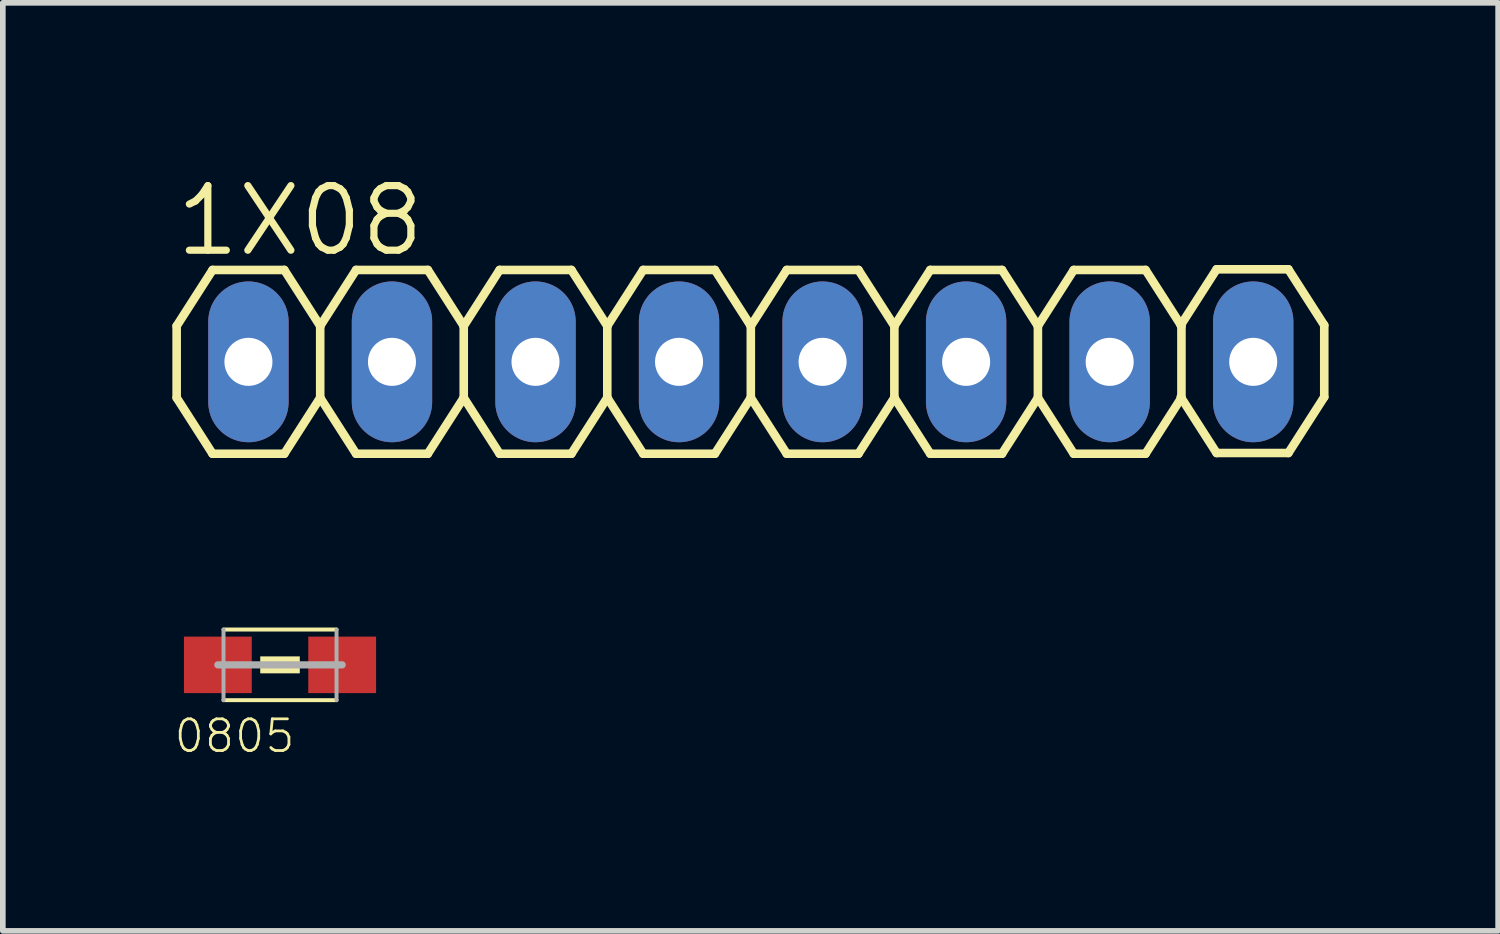
<source format=kicad_pcb>
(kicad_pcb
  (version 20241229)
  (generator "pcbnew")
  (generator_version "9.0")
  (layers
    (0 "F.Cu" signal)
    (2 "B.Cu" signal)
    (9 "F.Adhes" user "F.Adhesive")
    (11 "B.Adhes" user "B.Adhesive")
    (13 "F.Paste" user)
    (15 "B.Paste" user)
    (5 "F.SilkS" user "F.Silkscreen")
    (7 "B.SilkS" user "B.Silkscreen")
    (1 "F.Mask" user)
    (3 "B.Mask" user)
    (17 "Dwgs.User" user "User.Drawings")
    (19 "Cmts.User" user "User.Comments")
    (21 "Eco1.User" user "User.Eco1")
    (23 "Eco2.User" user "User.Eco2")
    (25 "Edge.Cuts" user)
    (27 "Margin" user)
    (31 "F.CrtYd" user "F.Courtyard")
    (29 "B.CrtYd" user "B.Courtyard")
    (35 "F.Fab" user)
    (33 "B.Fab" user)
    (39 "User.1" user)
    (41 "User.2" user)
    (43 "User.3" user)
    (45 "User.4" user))
  (footprint "0805"
    (layer "F.Cu")
    (at 1.905 8.715)
    (property "Reference" "0805" (at -1.905 1.587 0) (layer "F.SilkS") (effects (font (size 0.561 0.561) (thickness 0.049)) (justify left bottom)))
    (fp_line (start -1 -0.625) (end 1 -0.625) (stroke (width 0.07) (type solid)) (layer "F.SilkS"))
    (fp_line (start 1 0.625) (end -1 0.625) (stroke (width 0.07) (type solid)) (layer "F.SilkS"))
    (fp_poly (pts (xy -0.35 0.15) (xy 0.35 0.15) (xy 0.35 -0.15) (xy -0.35 -0.15)) (stroke (width 0) (type solid)) (fill yes) (layer "F.SilkS"))
    (fp_line (start -1.1 0) (end 1.1 0) (stroke (width 0.127) (type solid)) (layer "F.Fab"))
    (fp_line (start -1 0.625) (end -1 -0.625) (stroke (width 0.07) (type solid)) (layer "F.Fab"))
    (fp_line (start 1 -0.625) (end 1 0.625) (stroke (width 0.07) (type solid)) (layer "F.Fab"))
    (pad "1" smd rect (at -1.1 0) (size 1.2 1) (layers "F.Cu" "F.Mask" "F.Paste"))
    (pad "2" smd rect (at 1.1 0) (size 1.2 1) (layers "F.Cu" "F.Mask" "F.Paste")))
  (footprint "1X08"
    (layer "F.Cu")
    (at 10.236 3.353)
    (property "Reference" "1X08" (at -10.236 -1.829 0) (layer "F.SilkS") (effects (font (size 1.143 1.143) (thickness 0.127)) (justify left bottom)))
    (fp_line (start -10.16 -0.635) (end -10.16 0.635) (stroke (width 0.152) (type solid)) (layer "F.SilkS"))
    (fp_line (start -10.16 0.635) (end -9.525 1.626) (stroke (width 0.152) (type solid)) (layer "F.SilkS"))
    (fp_line (start -9.525 -1.626) (end -10.16 -0.635) (stroke (width 0.152) (type solid)) (layer "F.SilkS"))
    (fp_line (start -9.525 -1.626) (end -8.255 -1.626) (stroke (width 0.152) (type solid)) (layer "F.SilkS"))
    (fp_line (start -8.255 -1.626) (end -7.62 -0.635) (stroke (width 0.152) (type solid)) (layer "F.SilkS"))
    (fp_line (start -8.255 1.626) (end -9.525 1.626) (stroke (width 0.152) (type solid)) (layer "F.SilkS"))
    (fp_line (start -7.62 -0.635) (end -7.62 0.635) (stroke (width 0.152) (type solid)) (layer "F.SilkS"))
    (fp_line (start -7.62 0.635) (end -8.255 1.626) (stroke (width 0.152) (type solid)) (layer "F.SilkS"))
    (fp_line (start -7.62 0.635) (end -6.985 1.626) (stroke (width 0.152) (type solid)) (layer "F.SilkS"))
    (fp_line (start -6.985 -1.626) (end -7.62 -0.635) (stroke (width 0.152) (type solid)) (layer "F.SilkS"))
    (fp_line (start -6.985 -1.626) (end -5.715 -1.626) (stroke (width 0.152) (type solid)) (layer "F.SilkS"))
    (fp_line (start -5.715 -1.626) (end -5.08 -0.635) (stroke (width 0.152) (type solid)) (layer "F.SilkS"))
    (fp_line (start -5.715 1.626) (end -6.985 1.626) (stroke (width 0.152) (type solid)) (layer "F.SilkS"))
    (fp_line (start -5.08 -0.635) (end -5.08 0.635) (stroke (width 0.152) (type solid)) (layer "F.SilkS"))
    (fp_line (start -5.08 0.635) (end -5.715 1.626) (stroke (width 0.152) (type solid)) (layer "F.SilkS"))
    (fp_line (start -5.08 0.635) (end -4.445 1.626) (stroke (width 0.152) (type solid)) (layer "F.SilkS"))
    (fp_line (start -4.445 -1.626) (end -5.08 -0.635) (stroke (width 0.152) (type solid)) (layer "F.SilkS"))
    (fp_line (start -4.445 -1.626) (end -3.175 -1.626) (stroke (width 0.152) (type solid)) (layer "F.SilkS"))
    (fp_line (start -3.175 -1.626) (end -2.54 -0.635) (stroke (width 0.152) (type solid)) (layer "F.SilkS"))
    (fp_line (start -3.175 1.626) (end -4.445 1.626) (stroke (width 0.152) (type solid)) (layer "F.SilkS"))
    (fp_line (start -2.54 -0.635) (end -2.54 0.635) (stroke (width 0.152) (type solid)) (layer "F.SilkS"))
    (fp_line (start -2.54 0.635) (end -3.175 1.626) (stroke (width 0.152) (type solid)) (layer "F.SilkS"))
    (fp_line (start -2.54 0.635) (end -1.905 1.626) (stroke (width 0.152) (type solid)) (layer "F.SilkS"))
    (fp_line (start -1.905 -1.626) (end -2.54 -0.635) (stroke (width 0.152) (type solid)) (layer "F.SilkS"))
    (fp_line (start -1.905 -1.626) (end -0.635 -1.626) (stroke (width 0.152) (type solid)) (layer "F.SilkS"))
    (fp_line (start -0.635 -1.626) (end 0 -0.635) (stroke (width 0.152) (type solid)) (layer "F.SilkS"))
    (fp_line (start -0.635 1.626) (end -1.905 1.626) (stroke (width 0.152) (type solid)) (layer "F.SilkS"))
    (fp_line (start 0 -0.635) (end 0 0.635) (stroke (width 0.152) (type solid)) (layer "F.SilkS"))
    (fp_line (start 0 0.635) (end -0.635 1.626) (stroke (width 0.152) (type solid)) (layer "F.SilkS"))
    (fp_line (start 0 0.635) (end 0.635 1.626) (stroke (width 0.152) (type solid)) (layer "F.SilkS"))
    (fp_line (start 0.635 -1.626) (end 0 -0.635) (stroke (width 0.152) (type solid)) (layer "F.SilkS"))
    (fp_line (start 0.635 -1.626) (end 1.905 -1.626) (stroke (width 0.152) (type solid)) (layer "F.SilkS"))
    (fp_line (start 1.905 -1.626) (end 2.54 -0.635) (stroke (width 0.152) (type solid)) (layer "F.SilkS"))
    (fp_line (start 1.905 1.626) (end 0.635 1.626) (stroke (width 0.152) (type solid)) (layer "F.SilkS"))
    (fp_line (start 2.54 -0.635) (end 2.54 0.635) (stroke (width 0.152) (type solid)) (layer "F.SilkS"))
    (fp_line (start 2.54 0.635) (end 1.905 1.626) (stroke (width 0.152) (type solid)) (layer "F.SilkS"))
    (fp_line (start 2.54 0.635) (end 3.175 1.626) (stroke (width 0.152) (type solid)) (layer "F.SilkS"))
    (fp_line (start 3.175 -1.626) (end 2.54 -0.635) (stroke (width 0.152) (type solid)) (layer "F.SilkS"))
    (fp_line (start 3.175 -1.626) (end 4.445 -1.626) (stroke (width 0.152) (type solid)) (layer "F.SilkS"))
    (fp_line (start 4.445 -1.626) (end 5.08 -0.635) (stroke (width 0.152) (type solid)) (layer "F.SilkS"))
    (fp_line (start 4.445 1.626) (end 3.175 1.626) (stroke (width 0.152) (type solid)) (layer "F.SilkS"))
    (fp_line (start 5.08 -0.635) (end 5.08 0.635) (stroke (width 0.152) (type solid)) (layer "F.SilkS"))
    (fp_line (start 5.08 0.635) (end 4.445 1.626) (stroke (width 0.152) (type solid)) (layer "F.SilkS"))
    (fp_line (start 5.08 0.635) (end 5.715 1.626) (stroke (width 0.152) (type solid)) (layer "F.SilkS"))
    (fp_line (start 5.715 -1.626) (end 5.08 -0.635) (stroke (width 0.152) (type solid)) (layer "F.SilkS"))
    (fp_line (start 5.715 -1.626) (end 6.985 -1.626) (stroke (width 0.152) (type solid)) (layer "F.SilkS"))
    (fp_line (start 6.985 -1.626) (end 7.62 -0.635) (stroke (width 0.152) (type solid)) (layer "F.SilkS"))
    (fp_line (start 6.985 1.626) (end 5.715 1.626) (stroke (width 0.152) (type solid)) (layer "F.SilkS"))
    (fp_line (start 7.607 0.622) (end 8.242 1.613) (stroke (width 0.152) (type solid)) (layer "F.SilkS"))
    (fp_line (start 7.62 -0.635) (end 7.62 0.635) (stroke (width 0.152) (type solid)) (layer "F.SilkS"))
    (fp_line (start 7.62 0.635) (end 6.985 1.626) (stroke (width 0.152) (type solid)) (layer "F.SilkS"))
    (fp_line (start 8.242 -1.638) (end 7.607 -0.648) (stroke (width 0.152) (type solid)) (layer "F.SilkS"))
    (fp_line (start 8.242 -1.638) (end 9.512 -1.638) (stroke (width 0.152) (type solid)) (layer "F.SilkS"))
    (fp_line (start 9.512 -1.638) (end 10.147 -0.648) (stroke (width 0.152) (type solid)) (layer "F.SilkS"))
    (fp_line (start 9.512 1.613) (end 8.242 1.613) (stroke (width 0.152) (type solid)) (layer "F.SilkS"))
    (fp_line (start 10.147 -0.648) (end 10.147 0.622) (stroke (width 0.152) (type solid)) (layer "F.SilkS"))
    (fp_line (start 10.147 0.622) (end 9.512 1.613) (stroke (width 0.152) (type solid)) (layer "F.SilkS"))
    (fp_poly (pts (xy -9.144 0.254) (xy -8.636 0.254) (xy -8.636 -0.254) (xy -9.144 -0.254)) (stroke (width 0.1) (type solid)) (fill no) (layer "F.Fab"))
    (fp_poly (pts (xy -6.604 0.254) (xy -6.096 0.254) (xy -6.096 -0.254) (xy -6.604 -0.254)) (stroke (width 0.1) (type solid)) (fill no) (layer "F.Fab"))
    (fp_poly (pts (xy -4.064 0.254) (xy -3.556 0.254) (xy -3.556 -0.254) (xy -4.064 -0.254)) (stroke (width 0.1) (type solid)) (fill no) (layer "F.Fab"))
    (fp_poly (pts (xy -1.524 0.254) (xy -1.016 0.254) (xy -1.016 -0.254) (xy -1.524 -0.254)) (stroke (width 0.1) (type solid)) (fill no) (layer "F.Fab"))
    (fp_poly (pts (xy 1.016 0.254) (xy 1.524 0.254) (xy 1.524 -0.254) (xy 1.016 -0.254)) (stroke (width 0.1) (type solid)) (fill no) (layer "F.Fab"))
    (fp_poly (pts (xy 3.556 0.254) (xy 4.064 0.254) (xy 4.064 -0.254) (xy 3.556 -0.254)) (stroke (width 0.1) (type solid)) (fill no) (layer "F.Fab"))
    (fp_poly (pts (xy 6.096 0.254) (xy 6.604 0.254) (xy 6.604 -0.254) (xy 6.096 -0.254)) (stroke (width 0.1) (type solid)) (fill no) (layer "F.Fab"))
    (fp_poly (pts (xy 8.636 0.254) (xy 9.144 0.254) (xy 9.144 -0.254) (xy 8.636 -0.254)) (stroke (width 0.1) (type solid)) (fill no) (layer "F.Fab"))
    (pad "1" thru_hole oval (at -8.89 0 90) (size 2.845 1.422) (drill 0.85) (layers "*.Cu" "*.Mask"))
    (pad "2" thru_hole oval (at -6.35 0 90) (size 2.845 1.422) (drill 0.85) (layers "*.Cu" "*.Mask"))
    (pad "3" thru_hole oval (at -3.81 0 90) (size 2.845 1.422) (drill 0.85) (layers "*.Cu" "*.Mask"))
    (pad "4" thru_hole oval (at -1.27 0 90) (size 2.845 1.422) (drill 0.85) (layers "*.Cu" "*.Mask"))
    (pad "5" thru_hole oval (at 1.27 0 90) (size 2.845 1.422) (drill 0.85) (layers "*.Cu" "*.Mask"))
    (pad "6" thru_hole oval (at 3.81 0 90) (size 2.845 1.422) (drill 0.85) (layers "*.Cu" "*.Mask"))
    (pad "7" thru_hole oval (at 6.35 0 90) (size 2.845 1.422) (drill 0.85) (layers "*.Cu" "*.Mask"))
    (pad "8" thru_hole oval (at 8.89 0 90) (size 2.845 1.422) (drill 0.85) (layers "*.Cu" "*.Mask")))
  (gr_rect
    (start -3 -3)
    (end 23.46 13.422)
    (stroke (width 0.1) (type default))
    (fill no)
    (layer "Edge.Cuts")))
</source>
